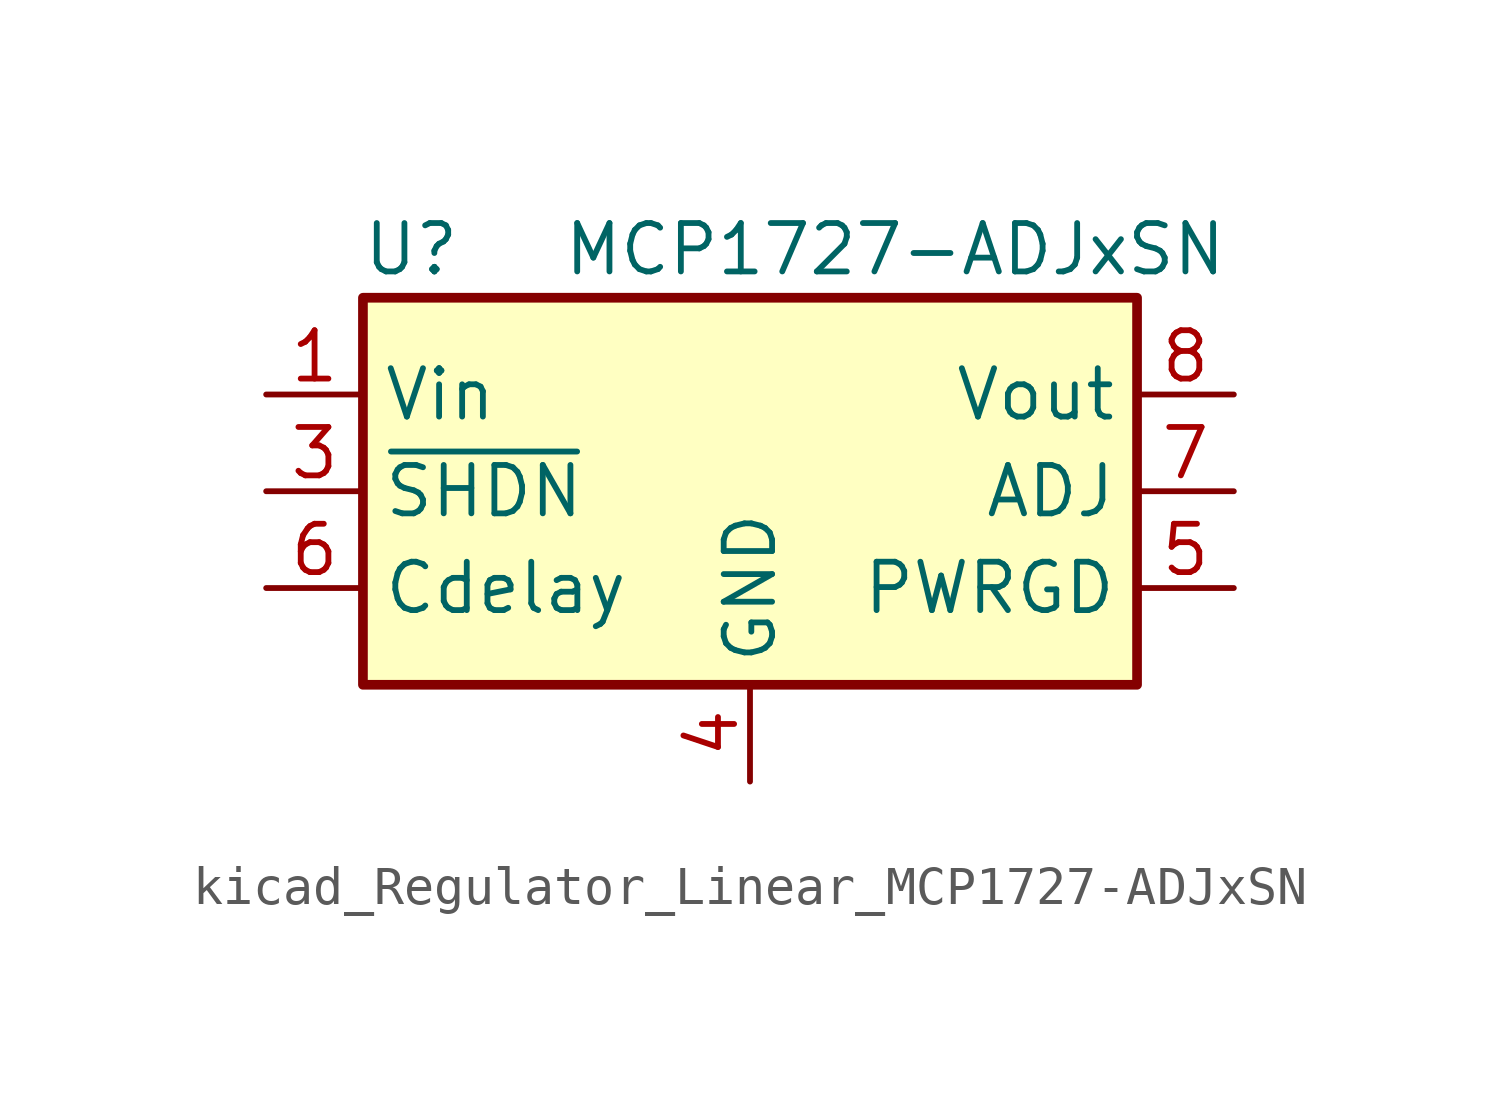
<source format=kicad_sym>
(kicad_symbol_lib
  (version 20220914)
  (generator kicad_symbol_editor)
  (symbol "kicad_Regulator_Linear_MCP1727-ADJxSN"
    (property "Reference" "U"
      (at -8.89 6.35 0)
      (effects (font (size 1.27 1.27))))
    (property "Value" "MCP1727-ADJxSN"
      (at 3.81 6.35 0)
      (effects (font (size 1.27 1.27))))
    (symbol "kicad_Regulator_Linear_MCP1727-ADJxSN_0_0"
      (pin open_collector line (at 12.7 -2.54 180) (length 2.54) (name "PWRGD" (effects (font (size 1.27 1.27)))) (number "5" (effects (font (size 1.27 1.27)))))
      (pin input line (at -12.7 -2.54 0) (length 2.54) (name "Cdelay" (effects (font (size 1.27 1.27)))) (number "6" (effects (font (size 1.27 1.27)))))
      (pin input line (at 12.7 0 180) (length 2.54) (name "ADJ" (effects (font (size 1.27 1.27)))) (number "7" (effects (font (size 1.27 1.27)))))
      (pin power_out line (at 12.7 2.54 180) (length 2.54) (name "Vout" (effects (font (size 1.27 1.27)))) (number "8" (effects (font (size 1.27 1.27))))))
    (symbol "kicad_Regulator_Linear_MCP1727-ADJxSN_0_1"
      (rectangle (start -10.16 5.08) (end 10.16 -5.08) (stroke (width 0.254) (type default)) (fill (type background))))
    (symbol "kicad_Regulator_Linear_MCP1727-ADJxSN_1_1"
      (pin power_in line (at -12.7 2.54 0) (length 2.54) (name "Vin" (effects (font (size 1.27 1.27)))) (number "1" (effects (font (size 1.27 1.27)))))
      (pin passive line (at -12.7 2.54 0) (length 2.54) hide (name "Vin" (effects (font (size 1.27 1.27)))) (number "2" (effects (font (size 1.27 1.27)))))
      (pin input line (at -12.7 0 0) (length 2.54) (name "~{SHDN}" (effects (font (size 1.27 1.27)))) (number "3" (effects (font (size 1.27 1.27)))))
      (pin power_in line (at 0 -7.62 90) (length 2.54) (name "GND" (effects (font (size 1.27 1.27)))) (number "4" (effects (font (size 1.27 1.27))))))))
</source>
